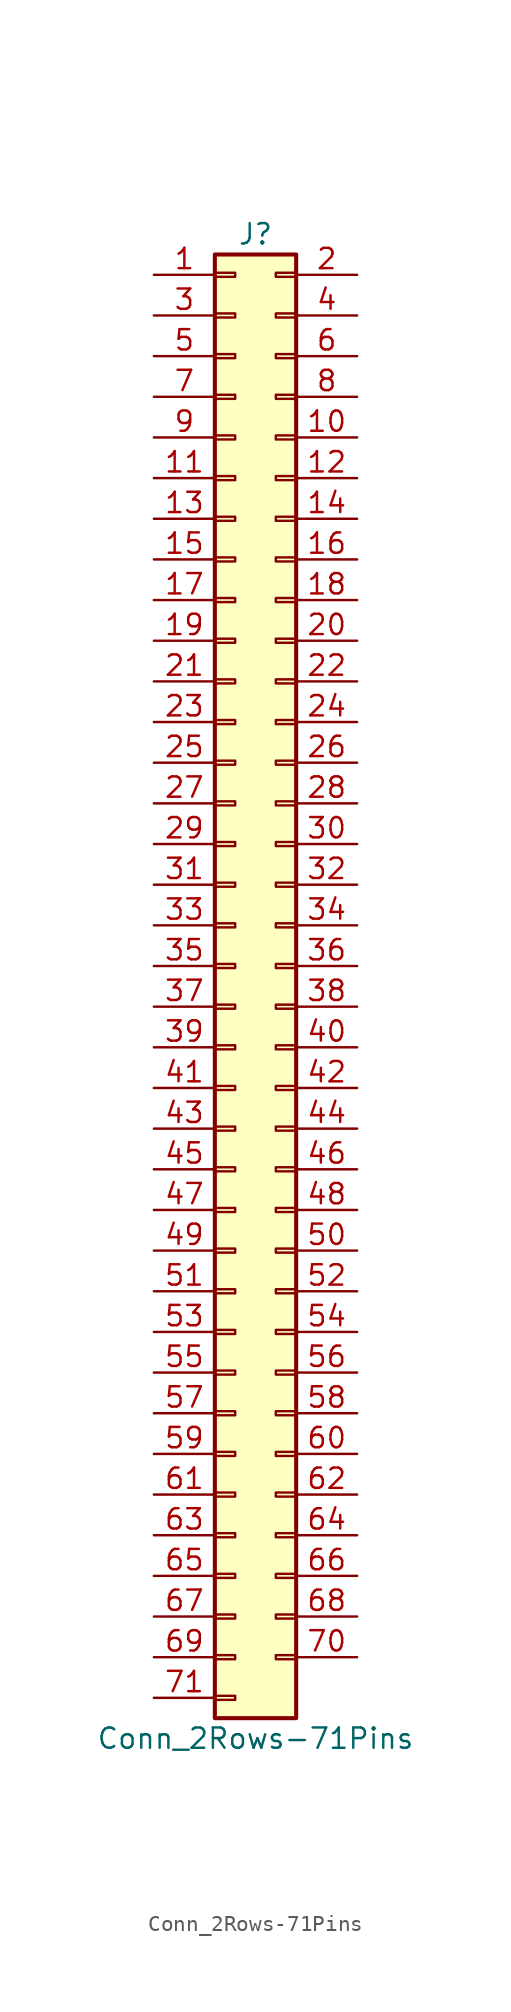
<source format=kicad_sym>
(kicad_symbol_lib
  (version 20201005)
  (generator kicad_symbol_editor)
  (symbol "Conn_2Rows-71Pins"
    (pin_names
      (offset 1.016) hide)
    (property "Reference" "J"
      (at 1.27 45.72 0)
      (effects (font (size 1.27 1.27))))
    (property "Value" "Conn_2Rows-71Pins"
      (at 1.27 -48.26 0)
      (effects (font (size 1.27 1.27))))
    (symbol "Conn_2Rows-71Pins_1_1"
      (rectangle (start -1.27 -45.593) (end 0 -45.847) (stroke (width 0.152)) (fill (type none)))
      (rectangle (start -1.27 -43.053) (end 0 -43.307) (stroke (width 0.152)) (fill (type none)))
      (rectangle (start -1.27 -40.513) (end 0 -40.767) (stroke (width 0.152)) (fill (type none)))
      (rectangle (start -1.27 -37.973) (end 0 -38.227) (stroke (width 0.152)) (fill (type none)))
      (rectangle (start -1.27 -35.433) (end 0 -35.687) (stroke (width 0.152)) (fill (type none)))
      (rectangle (start -1.27 -32.893) (end 0 -33.147) (stroke (width 0.152)) (fill (type none)))
      (rectangle (start -1.27 -30.353) (end 0 -30.607) (stroke (width 0.152)) (fill (type none)))
      (rectangle (start -1.27 -27.813) (end 0 -28.067) (stroke (width 0.152)) (fill (type none)))
      (rectangle (start -1.27 -25.273) (end 0 -25.527) (stroke (width 0.152)) (fill (type none)))
      (rectangle (start -1.27 -22.733) (end 0 -22.987) (stroke (width 0.152)) (fill (type none)))
      (rectangle (start -1.27 -20.193) (end 0 -20.447) (stroke (width 0.152)) (fill (type none)))
      (rectangle (start -1.27 -17.653) (end 0 -17.907) (stroke (width 0.152)) (fill (type none)))
      (rectangle (start -1.27 -15.113) (end 0 -15.367) (stroke (width 0.152)) (fill (type none)))
      (rectangle (start -1.27 -12.573) (end 0 -12.827) (stroke (width 0.152)) (fill (type none)))
      (rectangle (start -1.27 -10.033) (end 0 -10.287) (stroke (width 0.152)) (fill (type none)))
      (rectangle (start -1.27 -7.493) (end 0 -7.747) (stroke (width 0.152)) (fill (type none)))
      (rectangle (start -1.27 -4.953) (end 0 -5.207) (stroke (width 0.152)) (fill (type none)))
      (rectangle (start -1.27 -2.413) (end 0 -2.667) (stroke (width 0.152)) (fill (type none)))
      (rectangle (start -1.27 0.127) (end 0 -0.127) (stroke (width 0.152)) (fill (type none)))
      (rectangle (start -1.27 2.667) (end 0 2.413) (stroke (width 0.152)) (fill (type none)))
      (rectangle (start -1.27 5.207) (end 0 4.953) (stroke (width 0.152)) (fill (type none)))
      (rectangle (start -1.27 7.747) (end 0 7.493) (stroke (width 0.152)) (fill (type none)))
      (rectangle (start -1.27 10.287) (end 0 10.033) (stroke (width 0.152)) (fill (type none)))
      (rectangle (start -1.27 12.827) (end 0 12.573) (stroke (width 0.152)) (fill (type none)))
      (rectangle (start -1.27 15.367) (end 0 15.113) (stroke (width 0.152)) (fill (type none)))
      (rectangle (start -1.27 17.907) (end 0 17.653) (stroke (width 0.152)) (fill (type none)))
      (rectangle (start -1.27 20.447) (end 0 20.193) (stroke (width 0.152)) (fill (type none)))
      (rectangle (start -1.27 22.987) (end 0 22.733) (stroke (width 0.152)) (fill (type none)))
      (rectangle (start -1.27 25.527) (end 0 25.273) (stroke (width 0.152)) (fill (type none)))
      (rectangle (start -1.27 28.067) (end 0 27.813) (stroke (width 0.152)) (fill (type none)))
      (rectangle (start -1.27 30.607) (end 0 30.353) (stroke (width 0.152)) (fill (type none)))
      (rectangle (start -1.27 33.147) (end 0 32.893) (stroke (width 0.152)) (fill (type none)))
      (rectangle (start -1.27 35.687) (end 0 35.433) (stroke (width 0.152)) (fill (type none)))
      (rectangle (start -1.27 38.227) (end 0 37.973) (stroke (width 0.152)) (fill (type none)))
      (rectangle (start -1.27 40.767) (end 0 40.513) (stroke (width 0.152)) (fill (type none)))
      (rectangle (start -1.27 43.307) (end 0 43.053) (stroke (width 0.152)) (fill (type none)))
      (rectangle (start 3.81 -43.053) (end 2.54 -43.307) (stroke (width 0.152)) (fill (type none)))
      (rectangle (start 3.81 -40.513) (end 2.54 -40.767) (stroke (width 0.152)) (fill (type none)))
      (rectangle (start 3.81 -37.973) (end 2.54 -38.227) (stroke (width 0.152)) (fill (type none)))
      (rectangle (start 3.81 -35.433) (end 2.54 -35.687) (stroke (width 0.152)) (fill (type none)))
      (rectangle (start 3.81 -32.893) (end 2.54 -33.147) (stroke (width 0.152)) (fill (type none)))
      (rectangle (start 3.81 -30.353) (end 2.54 -30.607) (stroke (width 0.152)) (fill (type none)))
      (rectangle (start 3.81 -27.813) (end 2.54 -28.067) (stroke (width 0.152)) (fill (type none)))
      (rectangle (start 3.81 -25.273) (end 2.54 -25.527) (stroke (width 0.152)) (fill (type none)))
      (rectangle (start 3.81 -22.733) (end 2.54 -22.987) (stroke (width 0.152)) (fill (type none)))
      (rectangle (start 3.81 -20.193) (end 2.54 -20.447) (stroke (width 0.152)) (fill (type none)))
      (rectangle (start 3.81 -17.653) (end 2.54 -17.907) (stroke (width 0.152)) (fill (type none)))
      (rectangle (start 3.81 -15.113) (end 2.54 -15.367) (stroke (width 0.152)) (fill (type none)))
      (rectangle (start 3.81 -12.573) (end 2.54 -12.827) (stroke (width 0.152)) (fill (type none)))
      (rectangle (start 3.81 -10.033) (end 2.54 -10.287) (stroke (width 0.152)) (fill (type none)))
      (rectangle (start 3.81 -7.493) (end 2.54 -7.747) (stroke (width 0.152)) (fill (type none)))
      (rectangle (start 3.81 -4.953) (end 2.54 -5.207) (stroke (width 0.152)) (fill (type none)))
      (rectangle (start 3.81 -2.413) (end 2.54 -2.667) (stroke (width 0.152)) (fill (type none)))
      (rectangle (start 3.81 0.127) (end 2.54 -0.127) (stroke (width 0.152)) (fill (type none)))
      (rectangle (start 3.81 2.667) (end 2.54 2.413) (stroke (width 0.152)) (fill (type none)))
      (rectangle (start 3.81 5.207) (end 2.54 4.953) (stroke (width 0.152)) (fill (type none)))
      (rectangle (start 3.81 7.747) (end 2.54 7.493) (stroke (width 0.152)) (fill (type none)))
      (rectangle (start 3.81 10.287) (end 2.54 10.033) (stroke (width 0.152)) (fill (type none)))
      (rectangle (start 3.81 12.827) (end 2.54 12.573) (stroke (width 0.152)) (fill (type none)))
      (rectangle (start 3.81 15.367) (end 2.54 15.113) (stroke (width 0.152)) (fill (type none)))
      (rectangle (start 3.81 17.907) (end 2.54 17.653) (stroke (width 0.152)) (fill (type none)))
      (rectangle (start 3.81 20.447) (end 2.54 20.193) (stroke (width 0.152)) (fill (type none)))
      (rectangle (start 3.81 22.987) (end 2.54 22.733) (stroke (width 0.152)) (fill (type none)))
      (rectangle (start 3.81 25.527) (end 2.54 25.273) (stroke (width 0.152)) (fill (type none)))
      (rectangle (start 3.81 28.067) (end 2.54 27.813) (stroke (width 0.152)) (fill (type none)))
      (rectangle (start 3.81 30.607) (end 2.54 30.353) (stroke (width 0.152)) (fill (type none)))
      (rectangle (start 3.81 33.147) (end 2.54 32.893) (stroke (width 0.152)) (fill (type none)))
      (rectangle (start 3.81 35.687) (end 2.54 35.433) (stroke (width 0.152)) (fill (type none)))
      (rectangle (start 3.81 38.227) (end 2.54 37.973) (stroke (width 0.152)) (fill (type none)))
      (rectangle (start 3.81 40.767) (end 2.54 40.513) (stroke (width 0.152)) (fill (type none)))
      (rectangle (start 3.81 43.307) (end 2.54 43.053) (stroke (width 0.152)) (fill (type none)))
      (rectangle (start -1.27 44.45) (end 3.81 -46.99) (stroke (width 0.254)) (fill (type background)))
      (pin passive line (at -5.08 43.18 0) (length 3.81) (name "Pin_1" (effects (font (size 1.27 1.27)))) (number "1" (effects (font (size 1.27 1.27)))))
      (pin passive line (at 7.62 33.02 180) (length 3.81) (name "Pin_10" (effects (font (size 1.27 1.27)))) (number "10" (effects (font (size 1.27 1.27)))))
      (pin passive line (at -5.08 30.48 0) (length 3.81) (name "Pin_11" (effects (font (size 1.27 1.27)))) (number "11" (effects (font (size 1.27 1.27)))))
      (pin passive line (at 7.62 30.48 180) (length 3.81) (name "Pin_12" (effects (font (size 1.27 1.27)))) (number "12" (effects (font (size 1.27 1.27)))))
      (pin passive line (at -5.08 27.94 0) (length 3.81) (name "Pin_13" (effects (font (size 1.27 1.27)))) (number "13" (effects (font (size 1.27 1.27)))))
      (pin passive line (at 7.62 27.94 180) (length 3.81) (name "Pin_14" (effects (font (size 1.27 1.27)))) (number "14" (effects (font (size 1.27 1.27)))))
      (pin passive line (at -5.08 25.4 0) (length 3.81) (name "Pin_15" (effects (font (size 1.27 1.27)))) (number "15" (effects (font (size 1.27 1.27)))))
      (pin passive line (at 7.62 25.4 180) (length 3.81) (name "Pin_16" (effects (font (size 1.27 1.27)))) (number "16" (effects (font (size 1.27 1.27)))))
      (pin passive line (at -5.08 22.86 0) (length 3.81) (name "Pin_17" (effects (font (size 1.27 1.27)))) (number "17" (effects (font (size 1.27 1.27)))))
      (pin passive line (at 7.62 22.86 180) (length 3.81) (name "Pin_18" (effects (font (size 1.27 1.27)))) (number "18" (effects (font (size 1.27 1.27)))))
      (pin passive line (at -5.08 20.32 0) (length 3.81) (name "Pin_19" (effects (font (size 1.27 1.27)))) (number "19" (effects (font (size 1.27 1.27)))))
      (pin passive line (at 7.62 43.18 180) (length 3.81) (name "Pin_2" (effects (font (size 1.27 1.27)))) (number "2" (effects (font (size 1.27 1.27)))))
      (pin passive line (at 7.62 20.32 180) (length 3.81) (name "Pin_20" (effects (font (size 1.27 1.27)))) (number "20" (effects (font (size 1.27 1.27)))))
      (pin passive line (at -5.08 17.78 0) (length 3.81) (name "Pin_21" (effects (font (size 1.27 1.27)))) (number "21" (effects (font (size 1.27 1.27)))))
      (pin passive line (at 7.62 17.78 180) (length 3.81) (name "Pin_22" (effects (font (size 1.27 1.27)))) (number "22" (effects (font (size 1.27 1.27)))))
      (pin passive line (at -5.08 15.24 0) (length 3.81) (name "Pin_23" (effects (font (size 1.27 1.27)))) (number "23" (effects (font (size 1.27 1.27)))))
      (pin passive line (at 7.62 15.24 180) (length 3.81) (name "Pin_24" (effects (font (size 1.27 1.27)))) (number "24" (effects (font (size 1.27 1.27)))))
      (pin passive line (at -5.08 12.7 0) (length 3.81) (name "Pin_25" (effects (font (size 1.27 1.27)))) (number "25" (effects (font (size 1.27 1.27)))))
      (pin passive line (at 7.62 12.7 180) (length 3.81) (name "Pin_26" (effects (font (size 1.27 1.27)))) (number "26" (effects (font (size 1.27 1.27)))))
      (pin passive line (at -5.08 10.16 0) (length 3.81) (name "Pin_27" (effects (font (size 1.27 1.27)))) (number "27" (effects (font (size 1.27 1.27)))))
      (pin passive line (at 7.62 10.16 180) (length 3.81) (name "Pin_28" (effects (font (size 1.27 1.27)))) (number "28" (effects (font (size 1.27 1.27)))))
      (pin passive line (at -5.08 7.62 0) (length 3.81) (name "Pin_29" (effects (font (size 1.27 1.27)))) (number "29" (effects (font (size 1.27 1.27)))))
      (pin passive line (at -5.08 40.64 0) (length 3.81) (name "Pin_3" (effects (font (size 1.27 1.27)))) (number "3" (effects (font (size 1.27 1.27)))))
      (pin passive line (at 7.62 7.62 180) (length 3.81) (name "Pin_30" (effects (font (size 1.27 1.27)))) (number "30" (effects (font (size 1.27 1.27)))))
      (pin passive line (at -5.08 5.08 0) (length 3.81) (name "Pin_31" (effects (font (size 1.27 1.27)))) (number "31" (effects (font (size 1.27 1.27)))))
      (pin passive line (at 7.62 5.08 180) (length 3.81) (name "Pin_32" (effects (font (size 1.27 1.27)))) (number "32" (effects (font (size 1.27 1.27)))))
      (pin passive line (at -5.08 2.54 0) (length 3.81) (name "Pin_33" (effects (font (size 1.27 1.27)))) (number "33" (effects (font (size 1.27 1.27)))))
      (pin passive line (at 7.62 2.54 180) (length 3.81) (name "Pin_34" (effects (font (size 1.27 1.27)))) (number "34" (effects (font (size 1.27 1.27)))))
      (pin passive line (at -5.08 0 0) (length 3.81) (name "Pin_35" (effects (font (size 1.27 1.27)))) (number "35" (effects (font (size 1.27 1.27)))))
      (pin passive line (at 7.62 0 180) (length 3.81) (name "Pin_36" (effects (font (size 1.27 1.27)))) (number "36" (effects (font (size 1.27 1.27)))))
      (pin passive line (at -5.08 -2.54 0) (length 3.81) (name "Pin_37" (effects (font (size 1.27 1.27)))) (number "37" (effects (font (size 1.27 1.27)))))
      (pin passive line (at 7.62 -2.54 180) (length 3.81) (name "Pin_38" (effects (font (size 1.27 1.27)))) (number "38" (effects (font (size 1.27 1.27)))))
      (pin passive line (at -5.08 -5.08 0) (length 3.81) (name "Pin_39" (effects (font (size 1.27 1.27)))) (number "39" (effects (font (size 1.27 1.27)))))
      (pin passive line (at 7.62 40.64 180) (length 3.81) (name "Pin_4" (effects (font (size 1.27 1.27)))) (number "4" (effects (font (size 1.27 1.27)))))
      (pin passive line (at 7.62 -5.08 180) (length 3.81) (name "Pin_40" (effects (font (size 1.27 1.27)))) (number "40" (effects (font (size 1.27 1.27)))))
      (pin passive line (at -5.08 -7.62 0) (length 3.81) (name "Pin_41" (effects (font (size 1.27 1.27)))) (number "41" (effects (font (size 1.27 1.27)))))
      (pin passive line (at 7.62 -7.62 180) (length 3.81) (name "Pin_42" (effects (font (size 1.27 1.27)))) (number "42" (effects (font (size 1.27 1.27)))))
      (pin passive line (at -5.08 -10.16 0) (length 3.81) (name "Pin_43" (effects (font (size 1.27 1.27)))) (number "43" (effects (font (size 1.27 1.27)))))
      (pin passive line (at 7.62 -10.16 180) (length 3.81) (name "Pin_44" (effects (font (size 1.27 1.27)))) (number "44" (effects (font (size 1.27 1.27)))))
      (pin passive line (at -5.08 -12.7 0) (length 3.81) (name "Pin_45" (effects (font (size 1.27 1.27)))) (number "45" (effects (font (size 1.27 1.27)))))
      (pin passive line (at 7.62 -12.7 180) (length 3.81) (name "Pin_46" (effects (font (size 1.27 1.27)))) (number "46" (effects (font (size 1.27 1.27)))))
      (pin passive line (at -5.08 -15.24 0) (length 3.81) (name "Pin_47" (effects (font (size 1.27 1.27)))) (number "47" (effects (font (size 1.27 1.27)))))
      (pin passive line (at 7.62 -15.24 180) (length 3.81) (name "Pin_48" (effects (font (size 1.27 1.27)))) (number "48" (effects (font (size 1.27 1.27)))))
      (pin passive line (at -5.08 -17.78 0) (length 3.81) (name "Pin_49" (effects (font (size 1.27 1.27)))) (number "49" (effects (font (size 1.27 1.27)))))
      (pin passive line (at -5.08 38.1 0) (length 3.81) (name "Pin_5" (effects (font (size 1.27 1.27)))) (number "5" (effects (font (size 1.27 1.27)))))
      (pin passive line (at 7.62 -17.78 180) (length 3.81) (name "Pin_50" (effects (font (size 1.27 1.27)))) (number "50" (effects (font (size 1.27 1.27)))))
      (pin passive line (at -5.08 -20.32 0) (length 3.81) (name "Pin_51" (effects (font (size 1.27 1.27)))) (number "51" (effects (font (size 1.27 1.27)))))
      (pin passive line (at 7.62 -20.32 180) (length 3.81) (name "Pin_52" (effects (font (size 1.27 1.27)))) (number "52" (effects (font (size 1.27 1.27)))))
      (pin passive line (at -5.08 -22.86 0) (length 3.81) (name "Pin_53" (effects (font (size 1.27 1.27)))) (number "53" (effects (font (size 1.27 1.27)))))
      (pin passive line (at 7.62 -22.86 180) (length 3.81) (name "Pin_54" (effects (font (size 1.27 1.27)))) (number "54" (effects (font (size 1.27 1.27)))))
      (pin passive line (at -5.08 -25.4 0) (length 3.81) (name "Pin_55" (effects (font (size 1.27 1.27)))) (number "55" (effects (font (size 1.27 1.27)))))
      (pin passive line (at 7.62 -25.4 180) (length 3.81) (name "Pin_56" (effects (font (size 1.27 1.27)))) (number "56" (effects (font (size 1.27 1.27)))))
      (pin passive line (at -5.08 -27.94 0) (length 3.81) (name "Pin_57" (effects (font (size 1.27 1.27)))) (number "57" (effects (font (size 1.27 1.27)))))
      (pin passive line (at 7.62 -27.94 180) (length 3.81) (name "Pin_58" (effects (font (size 1.27 1.27)))) (number "58" (effects (font (size 1.27 1.27)))))
      (pin passive line (at -5.08 -30.48 0) (length 3.81) (name "Pin_59" (effects (font (size 1.27 1.27)))) (number "59" (effects (font (size 1.27 1.27)))))
      (pin passive line (at 7.62 38.1 180) (length 3.81) (name "Pin_6" (effects (font (size 1.27 1.27)))) (number "6" (effects (font (size 1.27 1.27)))))
      (pin passive line (at 7.62 -30.48 180) (length 3.81) (name "Pin_60" (effects (font (size 1.27 1.27)))) (number "60" (effects (font (size 1.27 1.27)))))
      (pin passive line (at -5.08 -33.02 0) (length 3.81) (name "Pin_61" (effects (font (size 1.27 1.27)))) (number "61" (effects (font (size 1.27 1.27)))))
      (pin passive line (at 7.62 -33.02 180) (length 3.81) (name "Pin_62" (effects (font (size 1.27 1.27)))) (number "62" (effects (font (size 1.27 1.27)))))
      (pin passive line (at -5.08 -35.56 0) (length 3.81) (name "Pin_63" (effects (font (size 1.27 1.27)))) (number "63" (effects (font (size 1.27 1.27)))))
      (pin passive line (at 7.62 -35.56 180) (length 3.81) (name "Pin_64" (effects (font (size 1.27 1.27)))) (number "64" (effects (font (size 1.27 1.27)))))
      (pin passive line (at -5.08 -38.1 0) (length 3.81) (name "Pin_65" (effects (font (size 1.27 1.27)))) (number "65" (effects (font (size 1.27 1.27)))))
      (pin passive line (at 7.62 -38.1 180) (length 3.81) (name "Pin_66" (effects (font (size 1.27 1.27)))) (number "66" (effects (font (size 1.27 1.27)))))
      (pin passive line (at -5.08 -40.64 0) (length 3.81) (name "Pin_67" (effects (font (size 1.27 1.27)))) (number "67" (effects (font (size 1.27 1.27)))))
      (pin passive line (at 7.62 -40.64 180) (length 3.81) (name "Pin_68" (effects (font (size 1.27 1.27)))) (number "68" (effects (font (size 1.27 1.27)))))
      (pin passive line (at -5.08 -43.18 0) (length 3.81) (name "Pin_69" (effects (font (size 1.27 1.27)))) (number "69" (effects (font (size 1.27 1.27)))))
      (pin passive line (at -5.08 35.56 0) (length 3.81) (name "Pin_7" (effects (font (size 1.27 1.27)))) (number "7" (effects (font (size 1.27 1.27)))))
      (pin passive line (at 7.62 -43.18 180) (length 3.81) (name "Pin_70" (effects (font (size 1.27 1.27)))) (number "70" (effects (font (size 1.27 1.27)))))
      (pin passive line (at -5.08 -45.72 0) (length 3.81) (name "Pin_71" (effects (font (size 1.27 1.27)))) (number "71" (effects (font (size 1.27 1.27)))))
      (pin passive line (at 7.62 35.56 180) (length 3.81) (name "Pin_8" (effects (font (size 1.27 1.27)))) (number "8" (effects (font (size 1.27 1.27)))))
      (pin passive line (at -5.08 33.02 0) (length 3.81) (name "Pin_9" (effects (font (size 1.27 1.27)))) (number "9" (effects (font (size 1.27 1.27))))))))
</source>
